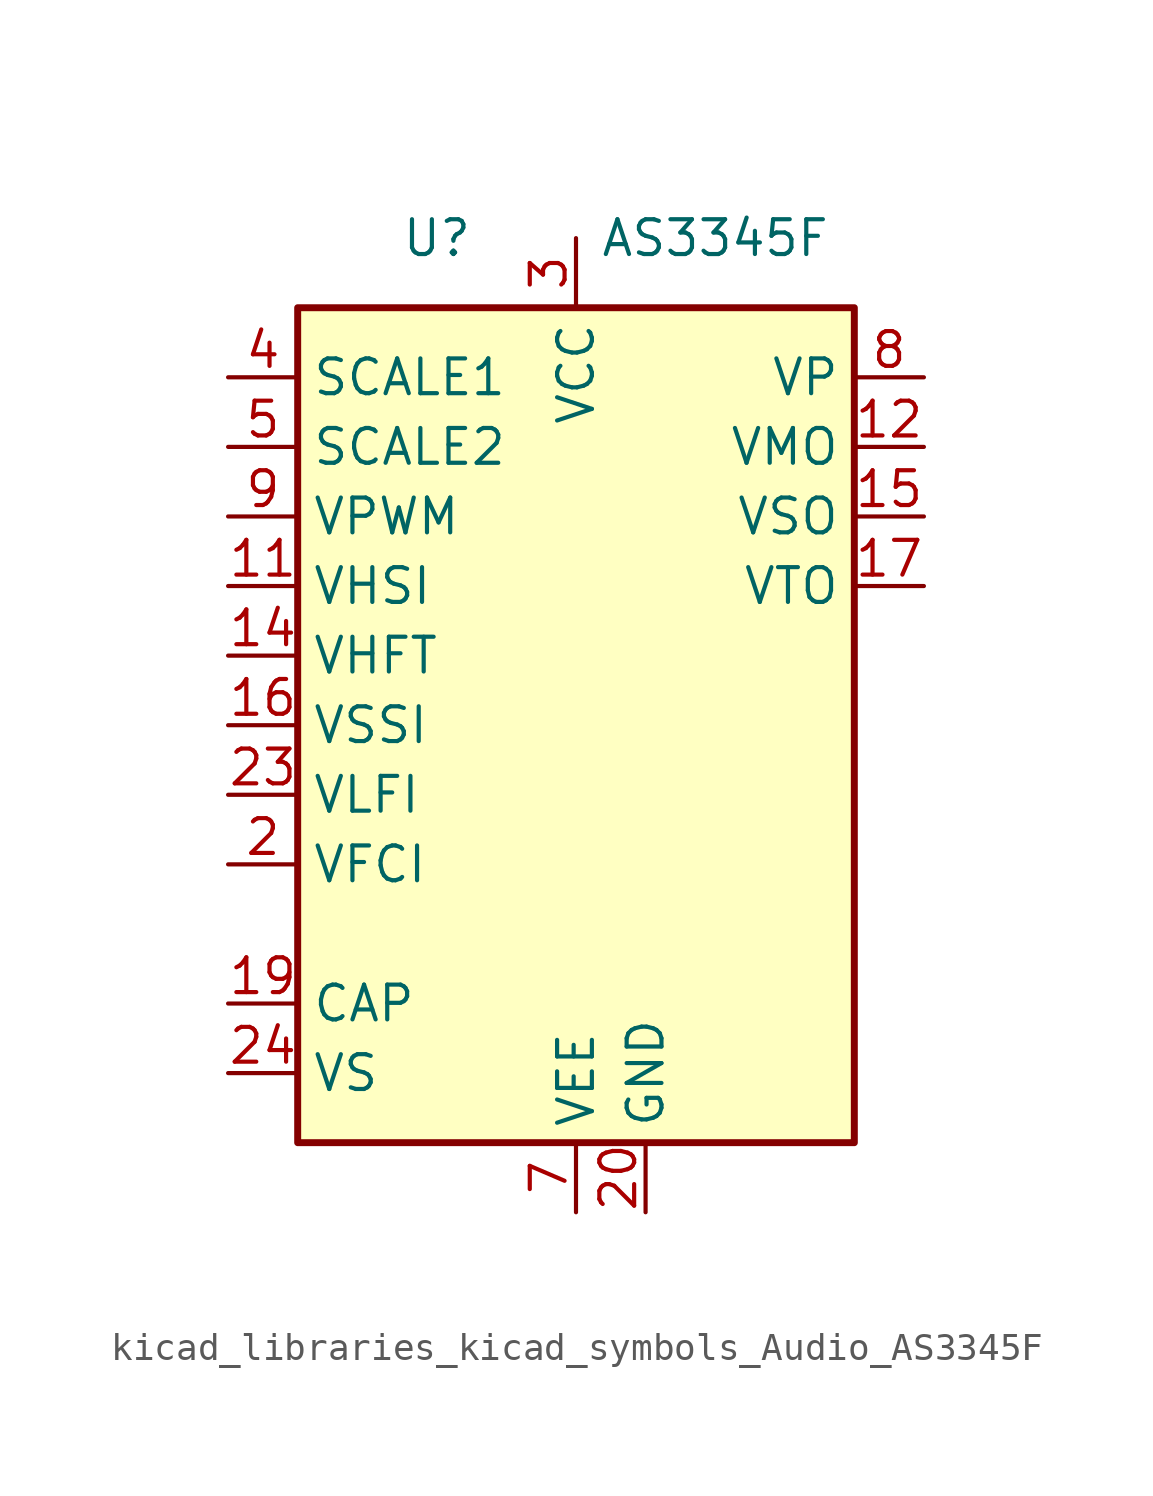
<source format=kicad_sym>
(kicad_symbol_lib
  (version 20220914)
  (generator kicad_symbol_editor)
  (symbol "kicad_libraries_kicad_symbols_Audio_AS3345F"
    (property "Reference" "U"
      (at -5.08 17.78 0)
      (effects (font (size 1.27 1.27))))
    (property "Value" "AS3345F"
      (at 5.08 17.78 0)
      (effects (font (size 1.27 1.27))))
    (symbol "kicad_libraries_kicad_symbols_Audio_AS3345F_0_1"
      (rectangle (start -10.16 15.24) (end 10.16 -15.24) (stroke (width 0.254) (type default)) (fill (type background))))
    (symbol "kicad_libraries_kicad_symbols_Audio_AS3345F_1_1"
      (pin no_connect line (at 10.16 0 180) (length 2.54) hide (name "NC" (effects (font (size 1.27 1.27)))) (number "1" (effects (font (size 1.27 1.27)))))
      (pin no_connect line (at 10.16 -5.08 180) (length 2.54) hide (name "NC" (effects (font (size 1.27 1.27)))) (number "10" (effects (font (size 1.27 1.27)))))
      (pin input line (at -12.7 5.08 0) (length 2.54) (name "VHSI" (effects (font (size 1.27 1.27)))) (number "11" (effects (font (size 1.27 1.27)))))
      (pin output line (at 12.7 10.16 180) (length 2.54) (name "VMO" (effects (font (size 1.27 1.27)))) (number "12" (effects (font (size 1.27 1.27)))))
      (pin no_connect line (at 10.16 -7.62 180) (length 2.54) hide (name "NC" (effects (font (size 1.27 1.27)))) (number "13" (effects (font (size 1.27 1.27)))))
      (pin input line (at -12.7 2.54 0) (length 2.54) (name "VHFT" (effects (font (size 1.27 1.27)))) (number "14" (effects (font (size 1.27 1.27)))))
      (pin output line (at 12.7 7.62 180) (length 2.54) (name "VSO" (effects (font (size 1.27 1.27)))) (number "15" (effects (font (size 1.27 1.27)))))
      (pin input line (at -12.7 0 0) (length 2.54) (name "VSSI" (effects (font (size 1.27 1.27)))) (number "16" (effects (font (size 1.27 1.27)))))
      (pin output line (at 12.7 5.08 180) (length 2.54) (name "VTO" (effects (font (size 1.27 1.27)))) (number "17" (effects (font (size 1.27 1.27)))))
      (pin no_connect line (at 10.16 -10.16 180) (length 2.54) hide (name "NC" (effects (font (size 1.27 1.27)))) (number "18" (effects (font (size 1.27 1.27)))))
      (pin passive line (at -12.7 -10.16 0) (length 2.54) (name "CAP" (effects (font (size 1.27 1.27)))) (number "19" (effects (font (size 1.27 1.27)))))
      (pin input line (at -12.7 -5.08 0) (length 2.54) (name "VFCI" (effects (font (size 1.27 1.27)))) (number "2" (effects (font (size 1.27 1.27)))))
      (pin power_in line (at 2.54 -17.78 90) (length 2.54) (name "GND" (effects (font (size 1.27 1.27)))) (number "20" (effects (font (size 1.27 1.27)))))
      (pin no_connect line (at 10.16 -12.7 180) (length 2.54) hide (name "NC" (effects (font (size 1.27 1.27)))) (number "21" (effects (font (size 1.27 1.27)))))
      (pin passive line (at 2.54 -17.78 90) (length 2.54) hide (name "GND" (effects (font (size 1.27 1.27)))) (number "22" (effects (font (size 1.27 1.27)))))
      (pin input line (at -12.7 -2.54 0) (length 2.54) (name "VLFI" (effects (font (size 1.27 1.27)))) (number "23" (effects (font (size 1.27 1.27)))))
      (pin passive line (at -12.7 -12.7 0) (length 2.54) (name "VS" (effects (font (size 1.27 1.27)))) (number "24" (effects (font (size 1.27 1.27)))))
      (pin power_in line (at 0 17.78 270) (length 2.54) (name "VCC" (effects (font (size 1.27 1.27)))) (number "3" (effects (font (size 1.27 1.27)))))
      (pin input line (at -12.7 12.7 0) (length 2.54) (name "SCALE1" (effects (font (size 1.27 1.27)))) (number "4" (effects (font (size 1.27 1.27)))))
      (pin input line (at -12.7 10.16 0) (length 2.54) (name "SCALE2" (effects (font (size 1.27 1.27)))) (number "5" (effects (font (size 1.27 1.27)))))
      (pin no_connect line (at 10.16 -2.54 180) (length 2.54) hide (name "NC" (effects (font (size 1.27 1.27)))) (number "6" (effects (font (size 1.27 1.27)))))
      (pin power_in line (at 0 -17.78 90) (length 2.54) (name "VEE" (effects (font (size 1.27 1.27)))) (number "7" (effects (font (size 1.27 1.27)))))
      (pin output line (at 12.7 12.7 180) (length 2.54) (name "VP" (effects (font (size 1.27 1.27)))) (number "8" (effects (font (size 1.27 1.27)))))
      (pin input line (at -12.7 7.62 0) (length 2.54) (name "VPWM" (effects (font (size 1.27 1.27)))) (number "9" (effects (font (size 1.27 1.27))))))))
</source>
